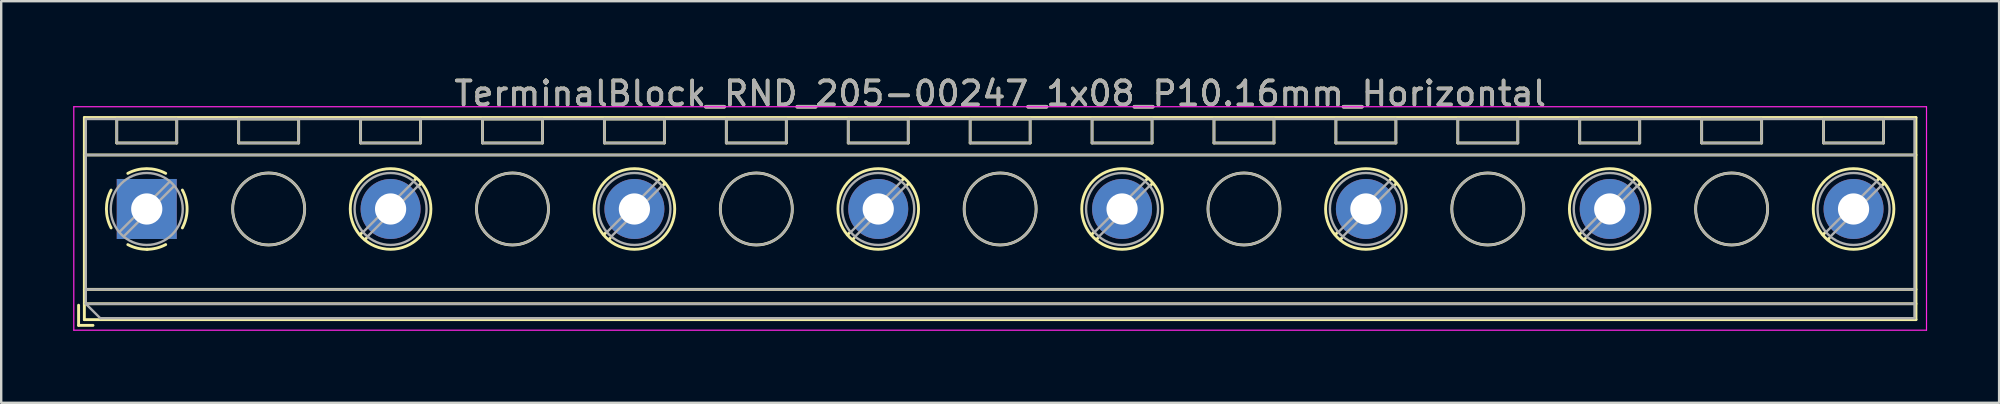
<source format=kicad_pcb>
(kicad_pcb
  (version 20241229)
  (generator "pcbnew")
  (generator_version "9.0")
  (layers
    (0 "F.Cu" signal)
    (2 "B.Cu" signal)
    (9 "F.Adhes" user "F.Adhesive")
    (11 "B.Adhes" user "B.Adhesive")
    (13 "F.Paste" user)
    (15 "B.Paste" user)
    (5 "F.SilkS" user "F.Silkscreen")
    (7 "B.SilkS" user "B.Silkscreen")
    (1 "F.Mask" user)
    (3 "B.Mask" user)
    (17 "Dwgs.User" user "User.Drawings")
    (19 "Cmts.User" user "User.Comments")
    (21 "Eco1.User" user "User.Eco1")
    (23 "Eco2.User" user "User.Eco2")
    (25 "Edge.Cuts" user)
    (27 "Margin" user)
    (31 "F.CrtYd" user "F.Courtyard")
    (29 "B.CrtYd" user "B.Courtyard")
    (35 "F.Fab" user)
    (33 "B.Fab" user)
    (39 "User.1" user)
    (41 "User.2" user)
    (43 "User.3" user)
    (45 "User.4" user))
  (footprint "TerminalBlock_RND_205-00247_1x08_P10.16mm_Horizontal"
    (layer "F.Cu")
    (at 3.065 5.658)
    (property "Reference" "TerminalBlock_RND_205-00247_1x08_P10.16mm_Horizontal" (at 35.56 -4.81 0) (layer "F.SilkS") (effects (font (size 1 1) (thickness 0.15))))
    (attr through_hole)
    (fp_line (start -2.84 4.01) (end -2.84 4.85) (stroke (width 0.12) (type solid)) (layer "F.SilkS"))
    (fp_line (start -2.84 4.85) (end -2.24 4.85) (stroke (width 0.12) (type solid)) (layer "F.SilkS"))
    (fp_line (start -2.6 -3.811) (end -2.6 4.61) (stroke (width 0.12) (type solid)) (layer "F.SilkS"))
    (fp_line (start -2.6 -3.811) (end 73.721 -3.811) (stroke (width 0.12) (type solid)) (layer "F.SilkS"))
    (fp_line (start -2.6 -2.251) (end 73.721 -2.251) (stroke (width 0.12) (type solid)) (layer "F.SilkS"))
    (fp_line (start -2.6 3.35) (end 73.721 3.35) (stroke (width 0.12) (type solid)) (layer "F.SilkS"))
    (fp_line (start -2.6 3.95) (end 73.721 3.95) (stroke (width 0.12) (type solid)) (layer "F.SilkS"))
    (fp_line (start -2.6 4.61) (end 73.721 4.61) (stroke (width 0.12) (type solid)) (layer "F.SilkS"))
    (fp_line (start -1.25 -3.751) (end -1.25 -2.751) (stroke (width 0.12) (type solid)) (layer "F.SilkS"))
    (fp_line (start -1.25 -3.751) (end 1.25 -3.751) (stroke (width 0.12) (type solid)) (layer "F.SilkS"))
    (fp_line (start -1.25 -2.751) (end 1.25 -2.751) (stroke (width 0.12) (type solid)) (layer "F.SilkS"))
    (fp_line (start 1.25 -3.751) (end 1.25 -2.751) (stroke (width 0.12) (type solid)) (layer "F.SilkS"))
    (fp_line (start 3.83 -3.751) (end 3.83 -2.751) (stroke (width 0.12) (type solid)) (layer "F.SilkS"))
    (fp_line (start 3.83 -3.751) (end 6.33 -3.751) (stroke (width 0.12) (type solid)) (layer "F.SilkS"))
    (fp_line (start 3.83 -2.751) (end 6.33 -2.751) (stroke (width 0.12) (type solid)) (layer "F.SilkS"))
    (fp_line (start 6.33 -3.751) (end 6.33 -2.751) (stroke (width 0.12) (type solid)) (layer "F.SilkS"))
    (fp_line (start 8.91 -3.751) (end 8.91 -2.751) (stroke (width 0.12) (type solid)) (layer "F.SilkS"))
    (fp_line (start 8.91 -3.751) (end 11.41 -3.751) (stroke (width 0.12) (type solid)) (layer "F.SilkS"))
    (fp_line (start 8.91 -2.751) (end 11.41 -2.751) (stroke (width 0.12) (type solid)) (layer "F.SilkS"))
    (fp_line (start 8.98 0.976) (end 8.886 1.069) (stroke (width 0.12) (type solid)) (layer "F.SilkS"))
    (fp_line (start 9.15 1.216) (end 9.091 1.274) (stroke (width 0.12) (type solid)) (layer "F.SilkS"))
    (fp_line (start 11.23 -1.275) (end 11.171 -1.216) (stroke (width 0.12) (type solid)) (layer "F.SilkS"))
    (fp_line (start 11.41 -3.751) (end 11.41 -2.751) (stroke (width 0.12) (type solid)) (layer "F.SilkS"))
    (fp_line (start 11.435 -1.069) (end 11.341 -0.976) (stroke (width 0.12) (type solid)) (layer "F.SilkS"))
    (fp_line (start 13.99 -3.751) (end 13.99 -2.751) (stroke (width 0.12) (type solid)) (layer "F.SilkS"))
    (fp_line (start 13.99 -3.751) (end 16.49 -3.751) (stroke (width 0.12) (type solid)) (layer "F.SilkS"))
    (fp_line (start 13.99 -2.751) (end 16.49 -2.751) (stroke (width 0.12) (type solid)) (layer "F.SilkS"))
    (fp_line (start 16.49 -3.751) (end 16.49 -2.751) (stroke (width 0.12) (type solid)) (layer "F.SilkS"))
    (fp_line (start 19.07 -3.751) (end 19.07 -2.751) (stroke (width 0.12) (type solid)) (layer "F.SilkS"))
    (fp_line (start 19.07 -3.751) (end 21.57 -3.751) (stroke (width 0.12) (type solid)) (layer "F.SilkS"))
    (fp_line (start 19.07 -2.751) (end 21.57 -2.751) (stroke (width 0.12) (type solid)) (layer "F.SilkS"))
    (fp_line (start 19.14 0.976) (end 19.046 1.069) (stroke (width 0.12) (type solid)) (layer "F.SilkS"))
    (fp_line (start 19.31 1.216) (end 19.251 1.274) (stroke (width 0.12) (type solid)) (layer "F.SilkS"))
    (fp_line (start 21.39 -1.275) (end 21.331 -1.216) (stroke (width 0.12) (type solid)) (layer "F.SilkS"))
    (fp_line (start 21.57 -3.751) (end 21.57 -2.751) (stroke (width 0.12) (type solid)) (layer "F.SilkS"))
    (fp_line (start 21.595 -1.069) (end 21.501 -0.976) (stroke (width 0.12) (type solid)) (layer "F.SilkS"))
    (fp_line (start 24.15 -3.751) (end 24.15 -2.751) (stroke (width 0.12) (type solid)) (layer "F.SilkS"))
    (fp_line (start 24.15 -3.751) (end 26.65 -3.751) (stroke (width 0.12) (type solid)) (layer "F.SilkS"))
    (fp_line (start 24.15 -2.751) (end 26.65 -2.751) (stroke (width 0.12) (type solid)) (layer "F.SilkS"))
    (fp_line (start 26.65 -3.751) (end 26.65 -2.751) (stroke (width 0.12) (type solid)) (layer "F.SilkS"))
    (fp_line (start 29.23 -3.751) (end 29.23 -2.751) (stroke (width 0.12) (type solid)) (layer "F.SilkS"))
    (fp_line (start 29.23 -3.751) (end 31.73 -3.751) (stroke (width 0.12) (type solid)) (layer "F.SilkS"))
    (fp_line (start 29.23 -2.751) (end 31.73 -2.751) (stroke (width 0.12) (type solid)) (layer "F.SilkS"))
    (fp_line (start 29.3 0.976) (end 29.206 1.069) (stroke (width 0.12) (type solid)) (layer "F.SilkS"))
    (fp_line (start 29.47 1.216) (end 29.411 1.274) (stroke (width 0.12) (type solid)) (layer "F.SilkS"))
    (fp_line (start 31.55 -1.275) (end 31.491 -1.216) (stroke (width 0.12) (type solid)) (layer "F.SilkS"))
    (fp_line (start 31.73 -3.751) (end 31.73 -2.751) (stroke (width 0.12) (type solid)) (layer "F.SilkS"))
    (fp_line (start 31.755 -1.069) (end 31.661 -0.976) (stroke (width 0.12) (type solid)) (layer "F.SilkS"))
    (fp_line (start 34.31 -3.751) (end 34.31 -2.751) (stroke (width 0.12) (type solid)) (layer "F.SilkS"))
    (fp_line (start 34.31 -3.751) (end 36.81 -3.751) (stroke (width 0.12) (type solid)) (layer "F.SilkS"))
    (fp_line (start 34.31 -2.751) (end 36.81 -2.751) (stroke (width 0.12) (type solid)) (layer "F.SilkS"))
    (fp_line (start 36.81 -3.751) (end 36.81 -2.751) (stroke (width 0.12) (type solid)) (layer "F.SilkS"))
    (fp_line (start 39.39 -3.751) (end 39.39 -2.751) (stroke (width 0.12) (type solid)) (layer "F.SilkS"))
    (fp_line (start 39.39 -3.751) (end 41.89 -3.751) (stroke (width 0.12) (type solid)) (layer "F.SilkS"))
    (fp_line (start 39.39 -2.751) (end 41.89 -2.751) (stroke (width 0.12) (type solid)) (layer "F.SilkS"))
    (fp_line (start 39.46 0.976) (end 39.366 1.069) (stroke (width 0.12) (type solid)) (layer "F.SilkS"))
    (fp_line (start 39.63 1.216) (end 39.571 1.274) (stroke (width 0.12) (type solid)) (layer "F.SilkS"))
    (fp_line (start 41.71 -1.275) (end 41.651 -1.216) (stroke (width 0.12) (type solid)) (layer "F.SilkS"))
    (fp_line (start 41.89 -3.751) (end 41.89 -2.751) (stroke (width 0.12) (type solid)) (layer "F.SilkS"))
    (fp_line (start 41.915 -1.069) (end 41.821 -0.976) (stroke (width 0.12) (type solid)) (layer "F.SilkS"))
    (fp_line (start 44.47 -3.751) (end 44.47 -2.751) (stroke (width 0.12) (type solid)) (layer "F.SilkS"))
    (fp_line (start 44.47 -3.751) (end 46.97 -3.751) (stroke (width 0.12) (type solid)) (layer "F.SilkS"))
    (fp_line (start 44.47 -2.751) (end 46.97 -2.751) (stroke (width 0.12) (type solid)) (layer "F.SilkS"))
    (fp_line (start 46.97 -3.751) (end 46.97 -2.751) (stroke (width 0.12) (type solid)) (layer "F.SilkS"))
    (fp_line (start 49.55 -3.751) (end 49.55 -2.751) (stroke (width 0.12) (type solid)) (layer "F.SilkS"))
    (fp_line (start 49.55 -3.751) (end 52.05 -3.751) (stroke (width 0.12) (type solid)) (layer "F.SilkS"))
    (fp_line (start 49.55 -2.751) (end 52.05 -2.751) (stroke (width 0.12) (type solid)) (layer "F.SilkS"))
    (fp_line (start 49.62 0.976) (end 49.526 1.069) (stroke (width 0.12) (type solid)) (layer "F.SilkS"))
    (fp_line (start 49.79 1.216) (end 49.731 1.274) (stroke (width 0.12) (type solid)) (layer "F.SilkS"))
    (fp_line (start 51.87 -1.275) (end 51.811 -1.216) (stroke (width 0.12) (type solid)) (layer "F.SilkS"))
    (fp_line (start 52.05 -3.751) (end 52.05 -2.751) (stroke (width 0.12) (type solid)) (layer "F.SilkS"))
    (fp_line (start 52.075 -1.069) (end 51.981 -0.976) (stroke (width 0.12) (type solid)) (layer "F.SilkS"))
    (fp_line (start 54.63 -3.751) (end 54.63 -2.751) (stroke (width 0.12) (type solid)) (layer "F.SilkS"))
    (fp_line (start 54.63 -3.751) (end 57.13 -3.751) (stroke (width 0.12) (type solid)) (layer "F.SilkS"))
    (fp_line (start 54.63 -2.751) (end 57.13 -2.751) (stroke (width 0.12) (type solid)) (layer "F.SilkS"))
    (fp_line (start 57.13 -3.751) (end 57.13 -2.751) (stroke (width 0.12) (type solid)) (layer "F.SilkS"))
    (fp_line (start 59.71 -3.751) (end 59.71 -2.751) (stroke (width 0.12) (type solid)) (layer "F.SilkS"))
    (fp_line (start 59.71 -3.751) (end 62.21 -3.751) (stroke (width 0.12) (type solid)) (layer "F.SilkS"))
    (fp_line (start 59.71 -2.751) (end 62.21 -2.751) (stroke (width 0.12) (type solid)) (layer "F.SilkS"))
    (fp_line (start 59.78 0.976) (end 59.686 1.069) (stroke (width 0.12) (type solid)) (layer "F.SilkS"))
    (fp_line (start 59.95 1.216) (end 59.891 1.274) (stroke (width 0.12) (type solid)) (layer "F.SilkS"))
    (fp_line (start 62.03 -1.275) (end 61.971 -1.216) (stroke (width 0.12) (type solid)) (layer "F.SilkS"))
    (fp_line (start 62.21 -3.751) (end 62.21 -2.751) (stroke (width 0.12) (type solid)) (layer "F.SilkS"))
    (fp_line (start 62.235 -1.069) (end 62.141 -0.976) (stroke (width 0.12) (type solid)) (layer "F.SilkS"))
    (fp_line (start 64.791 -3.751) (end 64.791 -2.751) (stroke (width 0.12) (type solid)) (layer "F.SilkS"))
    (fp_line (start 64.791 -3.751) (end 67.29 -3.751) (stroke (width 0.12) (type solid)) (layer "F.SilkS"))
    (fp_line (start 64.791 -2.751) (end 67.29 -2.751) (stroke (width 0.12) (type solid)) (layer "F.SilkS"))
    (fp_line (start 67.29 -3.751) (end 67.29 -2.751) (stroke (width 0.12) (type solid)) (layer "F.SilkS"))
    (fp_line (start 69.87 -3.751) (end 69.87 -2.751) (stroke (width 0.12) (type solid)) (layer "F.SilkS"))
    (fp_line (start 69.87 -3.751) (end 72.37 -3.751) (stroke (width 0.12) (type solid)) (layer "F.SilkS"))
    (fp_line (start 69.87 -2.751) (end 72.37 -2.751) (stroke (width 0.12) (type solid)) (layer "F.SilkS"))
    (fp_line (start 69.94 0.976) (end 69.846 1.069) (stroke (width 0.12) (type solid)) (layer "F.SilkS"))
    (fp_line (start 70.11 1.216) (end 70.051 1.274) (stroke (width 0.12) (type solid)) (layer "F.SilkS"))
    (fp_line (start 72.19 -1.275) (end 72.131 -1.216) (stroke (width 0.12) (type solid)) (layer "F.SilkS"))
    (fp_line (start 72.37 -3.751) (end 72.37 -2.751) (stroke (width 0.12) (type solid)) (layer "F.SilkS"))
    (fp_line (start 72.395 -1.069) (end 72.301 -0.976) (stroke (width 0.12) (type solid)) (layer "F.SilkS"))
    (fp_line (start 73.721 -3.811) (end 73.721 4.61) (stroke (width 0.12) (type solid)) (layer "F.SilkS"))
    (fp_arc (start -1.483953 0.789089) (mid -1.680708 0.00005) (end -1.484 -0.789) (stroke (width 0.12) (type solid)) (layer "F.SilkS"))
    (fp_arc (start -0.789089 -1.483953) (mid -0.00005 -1.680708) (end 0.789 -1.484) (stroke (width 0.12) (type solid)) (layer "F.SilkS"))
    (fp_arc (start 0.029383 1.68045) (mid -0.392304 1.634281) (end -0.789 1.484) (stroke (width 0.12) (type solid)) (layer "F.SilkS"))
    (fp_arc (start 0.788712 1.483352) (mid 0.406429 1.630097) (end 0 1.68) (stroke (width 0.12) (type solid)) (layer "F.SilkS"))
    (fp_arc (start 1.483953 -0.789089) (mid 1.680708 -0.00005) (end 1.484 0.789) (stroke (width 0.12) (type solid)) (layer "F.SilkS"))
    (fp_circle (center 5.08 0) (end 6.58 0) (stroke (width 0.12) (type solid)) (fill no) (layer "F.SilkS"))
    (fp_circle (center 10.16 0) (end 11.84 0) (stroke (width 0.12) (type solid)) (fill no) (layer "F.SilkS"))
    (fp_circle (center 15.24 0) (end 16.74 0) (stroke (width 0.12) (type solid)) (fill no) (layer "F.SilkS"))
    (fp_circle (center 20.32 0) (end 22 0) (stroke (width 0.12) (type solid)) (fill no) (layer "F.SilkS"))
    (fp_circle (center 25.4 0) (end 26.9 0) (stroke (width 0.12) (type solid)) (fill no) (layer "F.SilkS"))
    (fp_circle (center 30.48 0) (end 32.16 0) (stroke (width 0.12) (type solid)) (fill no) (layer "F.SilkS"))
    (fp_circle (center 35.56 0) (end 37.06 0) (stroke (width 0.12) (type solid)) (fill no) (layer "F.SilkS"))
    (fp_circle (center 40.64 0) (end 42.32 0) (stroke (width 0.12) (type solid)) (fill no) (layer "F.SilkS"))
    (fp_circle (center 45.72 0) (end 47.22 0) (stroke (width 0.12) (type solid)) (fill no) (layer "F.SilkS"))
    (fp_circle (center 50.8 0) (end 52.48 0) (stroke (width 0.12) (type solid)) (fill no) (layer "F.SilkS"))
    (fp_circle (center 55.88 0) (end 57.38 0) (stroke (width 0.12) (type solid)) (fill no) (layer "F.SilkS"))
    (fp_circle (center 60.96 0) (end 62.64 0) (stroke (width 0.12) (type solid)) (fill no) (layer "F.SilkS"))
    (fp_circle (center 66.04 0) (end 67.54 0) (stroke (width 0.12) (type solid)) (fill no) (layer "F.SilkS"))
    (fp_circle (center 71.12 0) (end 72.8 0) (stroke (width 0.12) (type solid)) (fill no) (layer "F.SilkS"))
    (fp_line (start -3.04 -4.26) (end -3.04 5.05) (stroke (width 0.05) (type solid)) (layer "F.CrtYd"))
    (fp_line (start -3.04 5.05) (end 74.16 5.05) (stroke (width 0.05) (type solid)) (layer "F.CrtYd"))
    (fp_line (start 74.16 -4.26) (end -3.04 -4.26) (stroke (width 0.05) (type solid)) (layer "F.CrtYd"))
    (fp_line (start 74.16 5.05) (end 74.16 -4.26) (stroke (width 0.05) (type solid)) (layer "F.CrtYd"))
    (fp_line (start -2.54 -3.75) (end 73.66 -3.75) (stroke (width 0.1) (type solid)) (layer "F.Fab"))
    (fp_line (start -2.54 -2.25) (end 73.66 -2.25) (stroke (width 0.1) (type solid)) (layer "F.Fab"))
    (fp_line (start -2.54 3.35) (end 73.66 3.35) (stroke (width 0.1) (type solid)) (layer "F.Fab"))
    (fp_line (start -2.54 3.95) (end -2.54 -3.75) (stroke (width 0.1) (type solid)) (layer "F.Fab"))
    (fp_line (start -2.54 3.95) (end 73.66 3.95) (stroke (width 0.1) (type solid)) (layer "F.Fab"))
    (fp_line (start -1.94 4.55) (end -2.54 3.95) (stroke (width 0.1) (type solid)) (layer "F.Fab"))
    (fp_line (start -1.25 -3.75) (end -1.25 -2.75) (stroke (width 0.1) (type solid)) (layer "F.Fab"))
    (fp_line (start -1.25 -2.75) (end 1.25 -2.75) (stroke (width 0.1) (type solid)) (layer "F.Fab"))
    (fp_line (start 0.955 -1.138) (end -1.138 0.955) (stroke (width 0.1) (type solid)) (layer "F.Fab"))
    (fp_line (start 1.138 -0.955) (end -0.955 1.138) (stroke (width 0.1) (type solid)) (layer "F.Fab"))
    (fp_line (start 1.25 -3.75) (end -1.25 -3.75) (stroke (width 0.1) (type solid)) (layer "F.Fab"))
    (fp_line (start 1.25 -2.75) (end 1.25 -3.75) (stroke (width 0.1) (type solid)) (layer "F.Fab"))
    (fp_line (start 3.83 -3.75) (end 3.83 -2.75) (stroke (width 0.1) (type solid)) (layer "F.Fab"))
    (fp_line (start 3.83 -2.75) (end 6.33 -2.75) (stroke (width 0.1) (type solid)) (layer "F.Fab"))
    (fp_line (start 6.33 -3.75) (end 3.83 -3.75) (stroke (width 0.1) (type solid)) (layer "F.Fab"))
    (fp_line (start 6.33 -2.75) (end 6.33 -3.75) (stroke (width 0.1) (type solid)) (layer "F.Fab"))
    (fp_line (start 8.91 -3.75) (end 8.91 -2.75) (stroke (width 0.1) (type solid)) (layer "F.Fab"))
    (fp_line (start 8.91 -2.75) (end 11.41 -2.75) (stroke (width 0.1) (type solid)) (layer "F.Fab"))
    (fp_line (start 11.115 -1.138) (end 9.023 0.955) (stroke (width 0.1) (type solid)) (layer "F.Fab"))
    (fp_line (start 11.298 -0.955) (end 9.206 1.138) (stroke (width 0.1) (type solid)) (layer "F.Fab"))
    (fp_line (start 11.41 -3.75) (end 8.91 -3.75) (stroke (width 0.1) (type solid)) (layer "F.Fab"))
    (fp_line (start 11.41 -2.75) (end 11.41 -3.75) (stroke (width 0.1) (type solid)) (layer "F.Fab"))
    (fp_line (start 13.99 -3.75) (end 13.99 -2.75) (stroke (width 0.1) (type solid)) (layer "F.Fab"))
    (fp_line (start 13.99 -2.75) (end 16.49 -2.75) (stroke (width 0.1) (type solid)) (layer "F.Fab"))
    (fp_line (start 16.49 -3.75) (end 13.99 -3.75) (stroke (width 0.1) (type solid)) (layer "F.Fab"))
    (fp_line (start 16.49 -2.75) (end 16.49 -3.75) (stroke (width 0.1) (type solid)) (layer "F.Fab"))
    (fp_line (start 19.07 -3.75) (end 19.07 -2.75) (stroke (width 0.1) (type solid)) (layer "F.Fab"))
    (fp_line (start 19.07 -2.75) (end 21.57 -2.75) (stroke (width 0.1) (type solid)) (layer "F.Fab"))
    (fp_line (start 21.275 -1.138) (end 19.183 0.955) (stroke (width 0.1) (type solid)) (layer "F.Fab"))
    (fp_line (start 21.458 -0.955) (end 19.366 1.138) (stroke (width 0.1) (type solid)) (layer "F.Fab"))
    (fp_line (start 21.57 -3.75) (end 19.07 -3.75) (stroke (width 0.1) (type solid)) (layer "F.Fab"))
    (fp_line (start 21.57 -2.75) (end 21.57 -3.75) (stroke (width 0.1) (type solid)) (layer "F.Fab"))
    (fp_line (start 24.15 -3.75) (end 24.15 -2.75) (stroke (width 0.1) (type solid)) (layer "F.Fab"))
    (fp_line (start 24.15 -2.75) (end 26.65 -2.75) (stroke (width 0.1) (type solid)) (layer "F.Fab"))
    (fp_line (start 26.65 -3.75) (end 24.15 -3.75) (stroke (width 0.1) (type solid)) (layer "F.Fab"))
    (fp_line (start 26.65 -2.75) (end 26.65 -3.75) (stroke (width 0.1) (type solid)) (layer "F.Fab"))
    (fp_line (start 29.23 -3.75) (end 29.23 -2.75) (stroke (width 0.1) (type solid)) (layer "F.Fab"))
    (fp_line (start 29.23 -2.75) (end 31.73 -2.75) (stroke (width 0.1) (type solid)) (layer "F.Fab"))
    (fp_line (start 31.435 -1.138) (end 29.343 0.955) (stroke (width 0.1) (type solid)) (layer "F.Fab"))
    (fp_line (start 31.618 -0.955) (end 29.526 1.138) (stroke (width 0.1) (type solid)) (layer "F.Fab"))
    (fp_line (start 31.73 -3.75) (end 29.23 -3.75) (stroke (width 0.1) (type solid)) (layer "F.Fab"))
    (fp_line (start 31.73 -2.75) (end 31.73 -3.75) (stroke (width 0.1) (type solid)) (layer "F.Fab"))
    (fp_line (start 34.31 -3.75) (end 34.31 -2.75) (stroke (width 0.1) (type solid)) (layer "F.Fab"))
    (fp_line (start 34.31 -2.75) (end 36.81 -2.75) (stroke (width 0.1) (type solid)) (layer "F.Fab"))
    (fp_line (start 36.81 -3.75) (end 34.31 -3.75) (stroke (width 0.1) (type solid)) (layer "F.Fab"))
    (fp_line (start 36.81 -2.75) (end 36.81 -3.75) (stroke (width 0.1) (type solid)) (layer "F.Fab"))
    (fp_line (start 39.39 -3.75) (end 39.39 -2.75) (stroke (width 0.1) (type solid)) (layer "F.Fab"))
    (fp_line (start 39.39 -2.75) (end 41.89 -2.75) (stroke (width 0.1) (type solid)) (layer "F.Fab"))
    (fp_line (start 41.595 -1.138) (end 39.503 0.955) (stroke (width 0.1) (type solid)) (layer "F.Fab"))
    (fp_line (start 41.778 -0.955) (end 39.686 1.138) (stroke (width 0.1) (type solid)) (layer "F.Fab"))
    (fp_line (start 41.89 -3.75) (end 39.39 -3.75) (stroke (width 0.1) (type solid)) (layer "F.Fab"))
    (fp_line (start 41.89 -2.75) (end 41.89 -3.75) (stroke (width 0.1) (type solid)) (layer "F.Fab"))
    (fp_line (start 44.47 -3.75) (end 44.47 -2.75) (stroke (width 0.1) (type solid)) (layer "F.Fab"))
    (fp_line (start 44.47 -2.75) (end 46.97 -2.75) (stroke (width 0.1) (type solid)) (layer "F.Fab"))
    (fp_line (start 46.97 -3.75) (end 44.47 -3.75) (stroke (width 0.1) (type solid)) (layer "F.Fab"))
    (fp_line (start 46.97 -2.75) (end 46.97 -3.75) (stroke (width 0.1) (type solid)) (layer "F.Fab"))
    (fp_line (start 49.55 -3.75) (end 49.55 -2.75) (stroke (width 0.1) (type solid)) (layer "F.Fab"))
    (fp_line (start 49.55 -2.75) (end 52.05 -2.75) (stroke (width 0.1) (type solid)) (layer "F.Fab"))
    (fp_line (start 51.755 -1.138) (end 49.663 0.955) (stroke (width 0.1) (type solid)) (layer "F.Fab"))
    (fp_line (start 51.938 -0.955) (end 49.846 1.138) (stroke (width 0.1) (type solid)) (layer "F.Fab"))
    (fp_line (start 52.05 -3.75) (end 49.55 -3.75) (stroke (width 0.1) (type solid)) (layer "F.Fab"))
    (fp_line (start 52.05 -2.75) (end 52.05 -3.75) (stroke (width 0.1) (type solid)) (layer "F.Fab"))
    (fp_line (start 54.63 -3.75) (end 54.63 -2.75) (stroke (width 0.1) (type solid)) (layer "F.Fab"))
    (fp_line (start 54.63 -2.75) (end 57.13 -2.75) (stroke (width 0.1) (type solid)) (layer "F.Fab"))
    (fp_line (start 57.13 -3.75) (end 54.63 -3.75) (stroke (width 0.1) (type solid)) (layer "F.Fab"))
    (fp_line (start 57.13 -2.75) (end 57.13 -3.75) (stroke (width 0.1) (type solid)) (layer "F.Fab"))
    (fp_line (start 59.71 -3.75) (end 59.71 -2.75) (stroke (width 0.1) (type solid)) (layer "F.Fab"))
    (fp_line (start 59.71 -2.75) (end 62.21 -2.75) (stroke (width 0.1) (type solid)) (layer "F.Fab"))
    (fp_line (start 61.915 -1.138) (end 59.823 0.955) (stroke (width 0.1) (type solid)) (layer "F.Fab"))
    (fp_line (start 62.098 -0.955) (end 60.006 1.138) (stroke (width 0.1) (type solid)) (layer "F.Fab"))
    (fp_line (start 62.21 -3.75) (end 59.71 -3.75) (stroke (width 0.1) (type solid)) (layer "F.Fab"))
    (fp_line (start 62.21 -2.75) (end 62.21 -3.75) (stroke (width 0.1) (type solid)) (layer "F.Fab"))
    (fp_line (start 64.79 -3.75) (end 64.79 -2.75) (stroke (width 0.1) (type solid)) (layer "F.Fab"))
    (fp_line (start 64.79 -2.75) (end 67.29 -2.75) (stroke (width 0.1) (type solid)) (layer "F.Fab"))
    (fp_line (start 67.29 -3.75) (end 64.79 -3.75) (stroke (width 0.1) (type solid)) (layer "F.Fab"))
    (fp_line (start 67.29 -2.75) (end 67.29 -3.75) (stroke (width 0.1) (type solid)) (layer "F.Fab"))
    (fp_line (start 69.87 -3.75) (end 69.87 -2.75) (stroke (width 0.1) (type solid)) (layer "F.Fab"))
    (fp_line (start 69.87 -2.75) (end 72.37 -2.75) (stroke (width 0.1) (type solid)) (layer "F.Fab"))
    (fp_line (start 72.075 -1.138) (end 69.983 0.955) (stroke (width 0.1) (type solid)) (layer "F.Fab"))
    (fp_line (start 72.258 -0.955) (end 70.166 1.138) (stroke (width 0.1) (type solid)) (layer "F.Fab"))
    (fp_line (start 72.37 -3.75) (end 69.87 -3.75) (stroke (width 0.1) (type solid)) (layer "F.Fab"))
    (fp_line (start 72.37 -2.75) (end 72.37 -3.75) (stroke (width 0.1) (type solid)) (layer "F.Fab"))
    (fp_line (start 73.66 -3.75) (end 73.66 4.55) (stroke (width 0.1) (type solid)) (layer "F.Fab"))
    (fp_line (start 73.66 4.55) (end -1.94 4.55) (stroke (width 0.1) (type solid)) (layer "F.Fab"))
    (fp_circle (center 0 0) (end 1.5 0) (stroke (width 0.1) (type solid)) (fill no) (layer "F.Fab"))
    (fp_circle (center 5.08 0) (end 6.58 0) (stroke (width 0.1) (type solid)) (fill no) (layer "F.Fab"))
    (fp_circle (center 10.16 0) (end 11.66 0) (stroke (width 0.1) (type solid)) (fill no) (layer "F.Fab"))
    (fp_circle (center 15.24 0) (end 16.74 0) (stroke (width 0.1) (type solid)) (fill no) (layer "F.Fab"))
    (fp_circle (center 20.32 0) (end 21.82 0) (stroke (width 0.1) (type solid)) (fill no) (layer "F.Fab"))
    (fp_circle (center 25.4 0) (end 26.9 0) (stroke (width 0.1) (type solid)) (fill no) (layer "F.Fab"))
    (fp_circle (center 30.48 0) (end 31.98 0) (stroke (width 0.1) (type solid)) (fill no) (layer "F.Fab"))
    (fp_circle (center 35.56 0) (end 37.06 0) (stroke (width 0.1) (type solid)) (fill no) (layer "F.Fab"))
    (fp_circle (center 40.64 0) (end 42.14 0) (stroke (width 0.1) (type solid)) (fill no) (layer "F.Fab"))
    (fp_circle (center 45.72 0) (end 47.22 0) (stroke (width 0.1) (type solid)) (fill no) (layer "F.Fab"))
    (fp_circle (center 50.8 0) (end 52.3 0) (stroke (width 0.1) (type solid)) (fill no) (layer "F.Fab"))
    (fp_circle (center 55.88 0) (end 57.38 0) (stroke (width 0.1) (type solid)) (fill no) (layer "F.Fab"))
    (fp_circle (center 60.96 0) (end 62.46 0) (stroke (width 0.1) (type solid)) (fill no) (layer "F.Fab"))
    (fp_circle (center 66.04 0) (end 67.54 0) (stroke (width 0.1) (type solid)) (fill no) (layer "F.Fab"))
    (fp_circle (center 71.12 0) (end 72.62 0) (stroke (width 0.1) (type solid)) (fill no) (layer "F.Fab"))
    (fp_text user "${REFERENCE}" (at 35.56 -4.81 0) (layer "F.Fab") (effects (font (size 1 1) (thickness 0.15))))
    (pad "1" thru_hole rect (at 0 0) (size 2.5 2.5) (drill 1.3) (layers "*.Cu" "*.Mask"))
    (pad "2" thru_hole circle (at 10.16 0) (size 2.5 2.5) (drill 1.3) (layers "*.Cu" "*.Mask"))
    (pad "3" thru_hole circle (at 20.32 0) (size 2.5 2.5) (drill 1.3) (layers "*.Cu" "*.Mask"))
    (pad "4" thru_hole circle (at 30.48 0) (size 2.5 2.5) (drill 1.3) (layers "*.Cu" "*.Mask"))
    (pad "5" thru_hole circle (at 40.64 0) (size 2.5 2.5) (drill 1.3) (layers "*.Cu" "*.Mask"))
    (pad "6" thru_hole circle (at 50.8 0) (size 2.5 2.5) (drill 1.3) (layers "*.Cu" "*.Mask"))
    (pad "7" thru_hole circle (at 60.96 0) (size 2.5 2.5) (drill 1.3) (layers "*.Cu" "*.Mask"))
    (pad "8" thru_hole circle (at 71.12 0) (size 2.5 2.5) (drill 1.3) (layers "*.Cu" "*.Mask")))
  (gr_rect
    (start -3 -3)
    (end 80.25 13.733)
    (stroke (width 0.1) (type default))
    (fill no)
    (layer "Edge.Cuts")))
</source>
